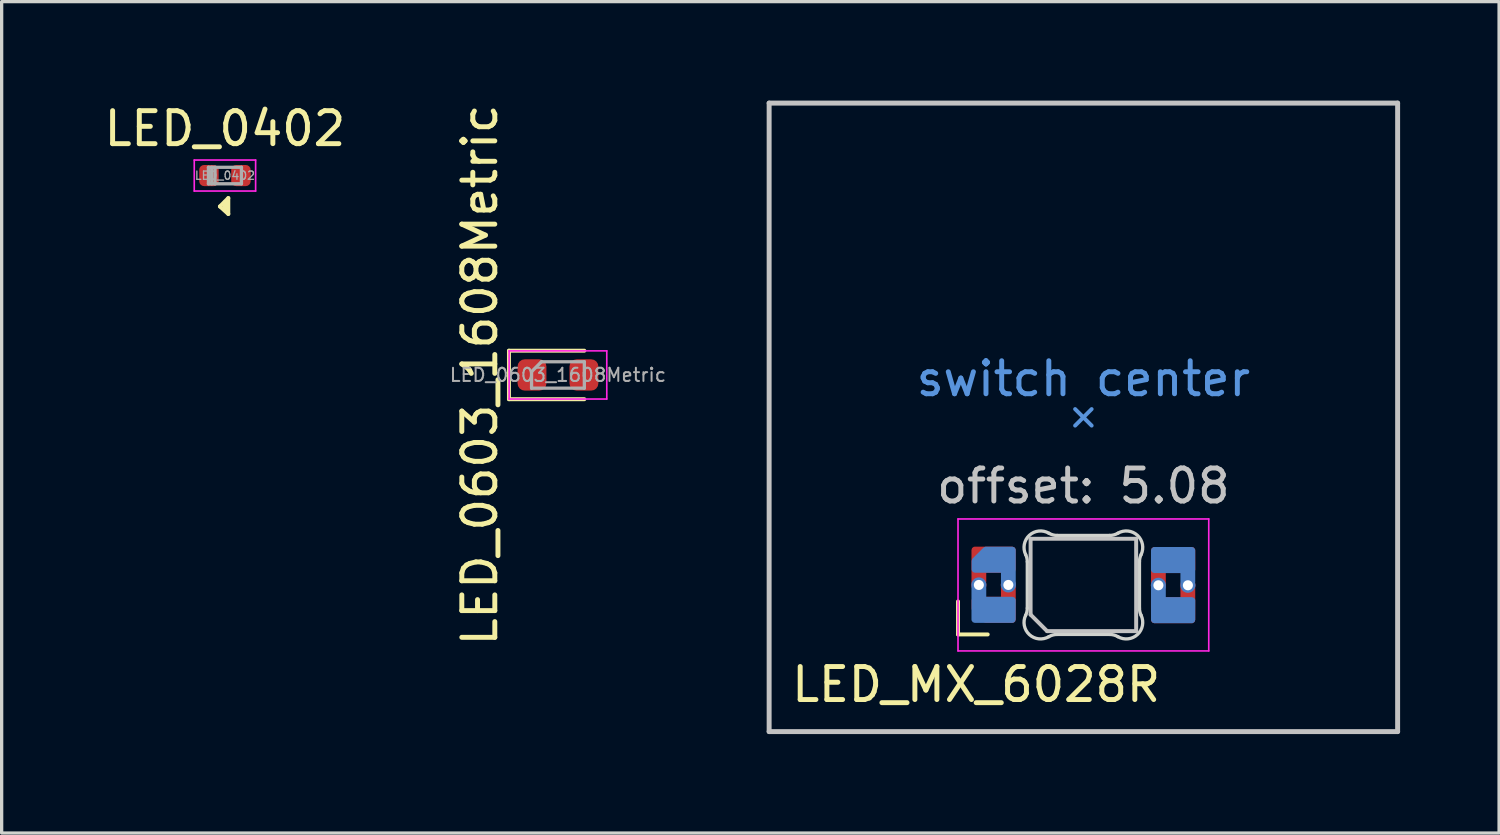
<source format=kicad_pcb>
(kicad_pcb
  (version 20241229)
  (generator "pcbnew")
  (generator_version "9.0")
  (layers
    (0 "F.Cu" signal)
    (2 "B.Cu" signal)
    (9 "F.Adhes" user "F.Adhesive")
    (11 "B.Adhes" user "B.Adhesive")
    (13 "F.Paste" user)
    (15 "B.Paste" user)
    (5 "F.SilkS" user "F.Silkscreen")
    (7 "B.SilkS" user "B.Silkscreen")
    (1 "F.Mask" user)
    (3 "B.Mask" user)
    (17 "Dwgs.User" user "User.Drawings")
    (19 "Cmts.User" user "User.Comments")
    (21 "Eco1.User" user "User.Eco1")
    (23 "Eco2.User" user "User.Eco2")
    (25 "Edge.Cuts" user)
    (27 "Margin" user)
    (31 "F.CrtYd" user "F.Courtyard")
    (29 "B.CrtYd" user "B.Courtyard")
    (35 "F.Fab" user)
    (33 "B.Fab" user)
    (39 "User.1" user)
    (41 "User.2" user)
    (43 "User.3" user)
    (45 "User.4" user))
  (footprint "LED_MX_6028R"
    (layer "F.Cu")
    (at 29.788 14.68)
    (property "Reference" "LED_MX_6028R" (at 2.42 3.018 0) (layer "F.SilkS") (effects (font (size 1 1) (thickness 0.15)) (justify right)))
    (attr smd)
    (fp_line (start -3.8 0.5) (end -3.8 1.5) (stroke (width 0.12) (type solid)) (layer "F.SilkS"))
    (fp_line (start -3.8 1.5) (end -2.9 1.5) (stroke (width 0.12) (type solid)) (layer "F.SilkS"))
    (fp_line (start -9.525 -14.605) (end -9.525 4.445) (stroke (width 0.15) (type solid)) (layer "Dwgs.User"))
    (fp_line (start -9.525 4.445) (end 9.525 4.445) (stroke (width 0.15) (type solid)) (layer "Dwgs.User"))
    (fp_line (start -1.6 -1.4) (end 1.6 -1.4) (stroke (width 0.12) (type solid)) (layer "Dwgs.User"))
    (fp_line (start -1.6 0.9) (end -1.6 -1.4) (stroke (width 0.12) (type solid)) (layer "Dwgs.User"))
    (fp_line (start -1.6 0.9) (end -1.1 1.4) (stroke (width 0.12) (type solid)) (layer "Dwgs.User"))
    (fp_line (start 1.6 -1.4) (end 1.6 1.4) (stroke (width 0.12) (type solid)) (layer "Dwgs.User"))
    (fp_line (start 1.6 1.4) (end -1.1 1.4) (stroke (width 0.12) (type solid)) (layer "Dwgs.User"))
    (fp_line (start 9.525 -14.605) (end -9.525 -14.605) (stroke (width 0.15) (type solid)) (layer "Dwgs.User"))
    (fp_line (start 9.525 4.445) (end 9.525 -14.605) (stroke (width 0.15) (type solid)) (layer "Dwgs.User"))
    (fp_line (start -0.25 -4.83) (end 0 -5.08) (stroke (width 0.12) (type solid)) (layer "Cmts.User"))
    (fp_line (start 0 -5.08) (end -0.25 -5.33) (stroke (width 0.12) (type solid)) (layer "Cmts.User"))
    (fp_line (start 0 -5.08) (end 0.25 -5.33) (stroke (width 0.12) (type solid)) (layer "Cmts.User"))
    (fp_line (start 0.25 -4.83) (end 0 -5.08) (stroke (width 0.12) (type solid)) (layer "Cmts.User"))
    (fp_line (start -1.7 -0.703) (end -1.7 0.703) (stroke (width 0.1) (type solid)) (layer "Edge.Cuts"))
    (fp_line (start -0.794 1.5) (end 0.794 1.5) (stroke (width 0.1) (type solid)) (layer "Edge.Cuts"))
    (fp_line (start 0.794 -1.5) (end -0.794 -1.5) (stroke (width 0.1) (type solid)) (layer "Edge.Cuts"))
    (fp_line (start 1.7 0.703) (end 1.7 -0.703) (stroke (width 0.1) (type solid)) (layer "Edge.Cuts"))
    (fp_arc (start -1.749484 -0.919721) (mid -1.712527 -0.814069) (end -1.699999 -0.702844) (stroke (width 0.1) (type solid)) (layer "Edge.Cuts"))
    (fp_arc (start -1.749484 -0.919721) (mid -1.638071 -1.504035) (end -1.046711 -1.568299) (stroke (width 0.1) (type solid)) (layer "Edge.Cuts"))
    (fp_arc (start -1.699999 0.702841) (mid -1.712527 0.814067) (end -1.749484 0.919719) (stroke (width 0.1) (type solid)) (layer "Edge.Cuts"))
    (fp_arc (start -1.046711 1.568298) (mid -1.638072 1.504034) (end -1.749484 0.919718) (stroke (width 0.1) (type solid)) (layer "Edge.Cuts"))
    (fp_arc (start -1.046711 1.568298) (mid -0.925123 1.517376) (end -0.794452 1.499999) (stroke (width 0.1) (type solid)) (layer "Edge.Cuts"))
    (fp_arc (start -0.794453 -1.5) (mid -0.925123 -1.517377) (end -1.046711 -1.568299) (stroke (width 0.1) (type solid)) (layer "Edge.Cuts"))
    (fp_arc (start 0.794452 1.499999) (mid 0.925122 1.517376) (end 1.04671 1.568298) (stroke (width 0.1) (type solid)) (layer "Edge.Cuts"))
    (fp_arc (start 1.046711 -1.5683) (mid 0.925123 -1.517378) (end 0.794453 -1.500001) (stroke (width 0.1) (type solid)) (layer "Edge.Cuts"))
    (fp_arc (start 1.046711 -1.5683) (mid 1.638072 -1.504036) (end 1.749484 -0.919721) (stroke (width 0.1) (type solid)) (layer "Edge.Cuts"))
    (fp_arc (start 1.699999 -0.702843) (mid 1.712551 -0.814064) (end 1.749484 -0.919721) (stroke (width 0.1) (type solid)) (layer "Edge.Cuts"))
    (fp_arc (start 1.749484 0.919719) (mid 1.638072 1.504037) (end 1.046711 1.568296) (stroke (width 0.1) (type solid)) (layer "Edge.Cuts"))
    (fp_arc (start 1.749484 0.919719) (mid 1.712527 0.814067) (end 1.699999 0.702842) (stroke (width 0.1) (type solid)) (layer "Edge.Cuts"))
    (fp_line (start -3.8 -2) (end 3.8 -2) (stroke (width 0.05) (type solid)) (layer "F.CrtYd"))
    (fp_line (start -3.8 2) (end -3.8 -2) (stroke (width 0.05) (type solid)) (layer "F.CrtYd"))
    (fp_line (start 3.8 -2) (end 3.8 2) (stroke (width 0.05) (type solid)) (layer "F.CrtYd"))
    (fp_line (start 3.8 2) (end -3.8 2) (stroke (width 0.05) (type solid)) (layer "F.CrtYd"))
    (fp_text user "offset: 5.08" (at 0 -3 0) (layer "Dwgs.User") (effects (font (size 1 1) (thickness 0.15))))
    (fp_text user "switch center" (at 0 -6.25 0) (layer "Cmts.User") (effects (font (size 1 1) (thickness 0.15))))
    (pad "1" thru_hole circle (at 2.274 0.01 180) (size 0.457 0.457) (drill 0.305) (layers "*.Cu"))
    (pad "1" smd custom (at 2.71 -0.73 270) (size 0.522 0.522) (layers "F.Cu" "F.Mask" "F.Paste") (options (anchor circle)) (primitives (gr_poly (pts (xy -0.32 0.56) (xy -0.32 -0.58) (xy 0.27 -0.582) (xy 0.27 0.312) (xy 0.65 0.312) (xy 0.65 0.56)) (width 0.2) (fill yes))))
    (pad "1" smd custom (at 2.71 0.74 270) (size 0.522 0.522) (layers "B.Cu" "B.Mask" "B.Paste") (options (anchor circle)) (primitives (gr_poly (pts (xy 0.32 0.56) (xy 0.32 -0.58) (xy -0.27 -0.582) (xy -0.27 0.312) (xy -0.65 0.312) (xy -0.65 0.56)) (width 0.2) (fill yes))))
    (pad "2" smd custom (at 2.73 -0.73 90) (size 0.522 0.522) (layers "B.Cu" "B.Mask" "B.Paste") (options (anchor circle)) (primitives (gr_poly (pts (xy 0.32 0.56) (xy 0.32 -0.58) (xy -0.27 -0.582) (xy -0.27 0.312) (xy -0.65 0.312) (xy -0.65 0.56)) (width 0.2) (fill yes))))
    (pad "2" smd custom (at 2.73 0.74 90) (size 0.522 0.522) (layers "F.Cu" "F.Mask" "F.Paste") (options (anchor circle)) (primitives (gr_poly (pts (xy -0.32 0.56) (xy -0.32 -0.58) (xy 0.27 -0.582) (xy 0.27 0.312) (xy 0.65 0.312) (xy 0.65 0.56)) (width 0.2) (fill yes))))
    (pad "2" thru_hole circle (at 3.168 0.01 180) (size 0.457 0.457) (drill 0.305) (layers "*.Cu"))
    (pad "3" thru_hole circle (at -3.168 0 180) (size 0.457 0.457) (drill 0.305) (layers "*.Cu"))
    (pad "3" smd custom (at -2.732 -0.74 270) (size 0.522 0.522) (layers "F.Cu" "F.Mask" "F.Paste") (options (anchor circle)) (primitives (gr_poly (pts (xy -0.32 0.56) (xy -0.32 -0.58) (xy 0.27 -0.582) (xy 0.27 0.312) (xy 0.65 0.312) (xy 0.65 0.56)) (width 0.2) (fill yes))))
    (pad "3" smd custom (at -2.732 0.73 270) (size 0.522 0.522) (layers "B.Cu" "B.Mask" "B.Paste") (options (anchor circle)) (primitives (gr_poly (pts (xy 0.32 0.56) (xy 0.32 -0.58) (xy -0.27 -0.582) (xy -0.27 0.312) (xy -0.65 0.312) (xy -0.65 0.56)) (width 0.2) (fill yes))))
    (pad "4" smd custom (at -2.7 -0.76 90) (size 0.5 0.5) (layers "B.Cu" "B.Mask" "B.Paste") (options (anchor circle)) (primitives (gr_poly (pts (xy 0.3 0.55) (xy 0.3 -0.258) (xy 0.13 -0.428) (xy -0.03 -0.588) (xy -0.29 -0.588) (xy -0.29 0.302) (xy -0.75 0.302) (xy -0.75 0.55)) (width 0.2) (fill yes))))
    (pad "4" smd custom (at -2.7 0.75 90) (size 0.5 0.5) (layers "F.Cu" "F.Mask" "F.Paste") (options (anchor circle)) (primitives (gr_poly (pts (xy -0.3 0.55) (xy -0.3 -0.258) (xy -0.13 -0.428) (xy 0.03 -0.588) (xy 0.29 -0.588) (xy 0.29 0.302) (xy 0.75 0.302) (xy 0.75 0.55)) (width 0.2) (fill yes))))
    (pad "4" thru_hole circle (at -2.274 0 180) (size 0.457 0.457) (drill 0.305) (layers "*.Cu")))
  (footprint "LED_0603_1608Metric"
    (layer "F.Cu")
    (at 13.862 8.315)
    (property "Reference" "LED_0603_1608Metric" (at -2.369 0 90) (layer "F.SilkS") (effects (font (size 1 1) (thickness 0.15))))
    (attr smd)
    (fp_line (start -1.485 -0.735) (end -1.485 0.735) (stroke (width 0.12) (type solid)) (layer "F.SilkS"))
    (fp_line (start -1.485 0.735) (end 0.8 0.735) (stroke (width 0.12) (type solid)) (layer "F.SilkS"))
    (fp_line (start 0.8 -0.735) (end -1.485 -0.735) (stroke (width 0.12) (type solid)) (layer "F.SilkS"))
    (fp_line (start -1.48 -0.73) (end 1.48 -0.73) (stroke (width 0.05) (type solid)) (layer "F.CrtYd"))
    (fp_line (start -1.48 0.73) (end -1.48 -0.73) (stroke (width 0.05) (type solid)) (layer "F.CrtYd"))
    (fp_line (start 1.48 -0.73) (end 1.48 0.73) (stroke (width 0.05) (type solid)) (layer "F.CrtYd"))
    (fp_line (start 1.48 0.73) (end -1.48 0.73) (stroke (width 0.05) (type solid)) (layer "F.CrtYd"))
    (fp_line (start -0.8 -0.1) (end -0.8 0.4) (stroke (width 0.1) (type solid)) (layer "F.Fab"))
    (fp_line (start -0.8 0.4) (end 0.8 0.4) (stroke (width 0.1) (type solid)) (layer "F.Fab"))
    (fp_line (start -0.5 -0.4) (end -0.8 -0.1) (stroke (width 0.1) (type solid)) (layer "F.Fab"))
    (fp_line (start 0.8 -0.4) (end -0.5 -0.4) (stroke (width 0.1) (type solid)) (layer "F.Fab"))
    (fp_line (start 0.8 0.4) (end 0.8 -0.4) (stroke (width 0.1) (type solid)) (layer "F.Fab"))
    (fp_text user "${REFERENCE}" (at 0 0 0) (layer "F.Fab") (effects (font (size 0.4 0.4) (thickness 0.06))))
    (pad "1" smd roundrect (at -0.787 0 180) (size 0.875 0.95) (layers "F.Cu" "F.Mask" "F.Paste") (roundrect_rratio 0.25))
    (pad "2" smd roundrect (at 0.787 0 180) (size 0.875 0.95) (layers "F.Cu" "F.Mask" "F.Paste") (roundrect_rratio 0.25)))
  (footprint "LED_0402"
    (layer "F.Cu")
    (at 3.768 2.271)
    (property "Reference" "LED_0402" (at 0 -1.422 0) (layer "F.SilkS") (effects (font (size 1 1) (thickness 0.15))))
    (attr smd)
    (fp_line (start -0.152 0.937) (end 0.102 1.165) (stroke (width 0.12) (type solid)) (layer "F.SilkS"))
    (fp_line (start 0 1.013) (end 0 0.81) (stroke (width 0.13) (type solid)) (layer "F.SilkS"))
    (fp_line (start 0.102 0.683) (end -0.152 0.937) (stroke (width 0.12) (type solid)) (layer "F.SilkS"))
    (fp_line (start 0.102 1.165) (end 0.102 0.683) (stroke (width 0.12) (type solid)) (layer "F.SilkS"))
    (fp_line (start -0.93 -0.47) (end 0.93 -0.47) (stroke (width 0.05) (type solid)) (layer "F.CrtYd"))
    (fp_line (start -0.93 0.47) (end -0.93 -0.47) (stroke (width 0.05) (type solid)) (layer "F.CrtYd"))
    (fp_line (start 0.93 -0.47) (end 0.93 0.47) (stroke (width 0.05) (type solid)) (layer "F.CrtYd"))
    (fp_line (start 0.93 0.47) (end -0.93 0.47) (stroke (width 0.05) (type solid)) (layer "F.CrtYd"))
    (fp_line (start -0.5 -0.25) (end 0.5 -0.25) (stroke (width 0.1) (type solid)) (layer "F.Fab"))
    (fp_line (start -0.5 0.25) (end -0.5 -0.25) (stroke (width 0.1) (type solid)) (layer "F.Fab"))
    (fp_line (start -0.4 0.25) (end -0.4 -0.25) (stroke (width 0.1) (type solid)) (layer "F.Fab"))
    (fp_line (start -0.3 0.25) (end -0.3 -0.25) (stroke (width 0.1) (type solid)) (layer "F.Fab"))
    (fp_line (start 0.5 -0.25) (end 0.5 0.25) (stroke (width 0.1) (type solid)) (layer "F.Fab"))
    (fp_line (start 0.5 0.25) (end -0.5 0.25) (stroke (width 0.1) (type solid)) (layer "F.Fab"))
    (fp_text user "${REFERENCE}" (at 0 0 0) (layer "F.Fab") (effects (font (size 0.25 0.25) (thickness 0.04))))
    (pad "+" smd roundrect (at 0.485 0 180) (size 0.59 0.64) (layers "F.Cu" "F.Mask" "F.Paste") (roundrect_rratio 0.25))
    (pad "-" smd roundrect (at -0.485 0 180) (size 0.59 0.64) (layers "F.Cu" "F.Mask" "F.Paste") (roundrect_rratio 0.25)))
  (gr_rect
    (start -3 -3)
    (end 42.388 22.2)
    (stroke (width 0.1) (type default))
    (fill no)
    (layer "Edge.Cuts")))
</source>
